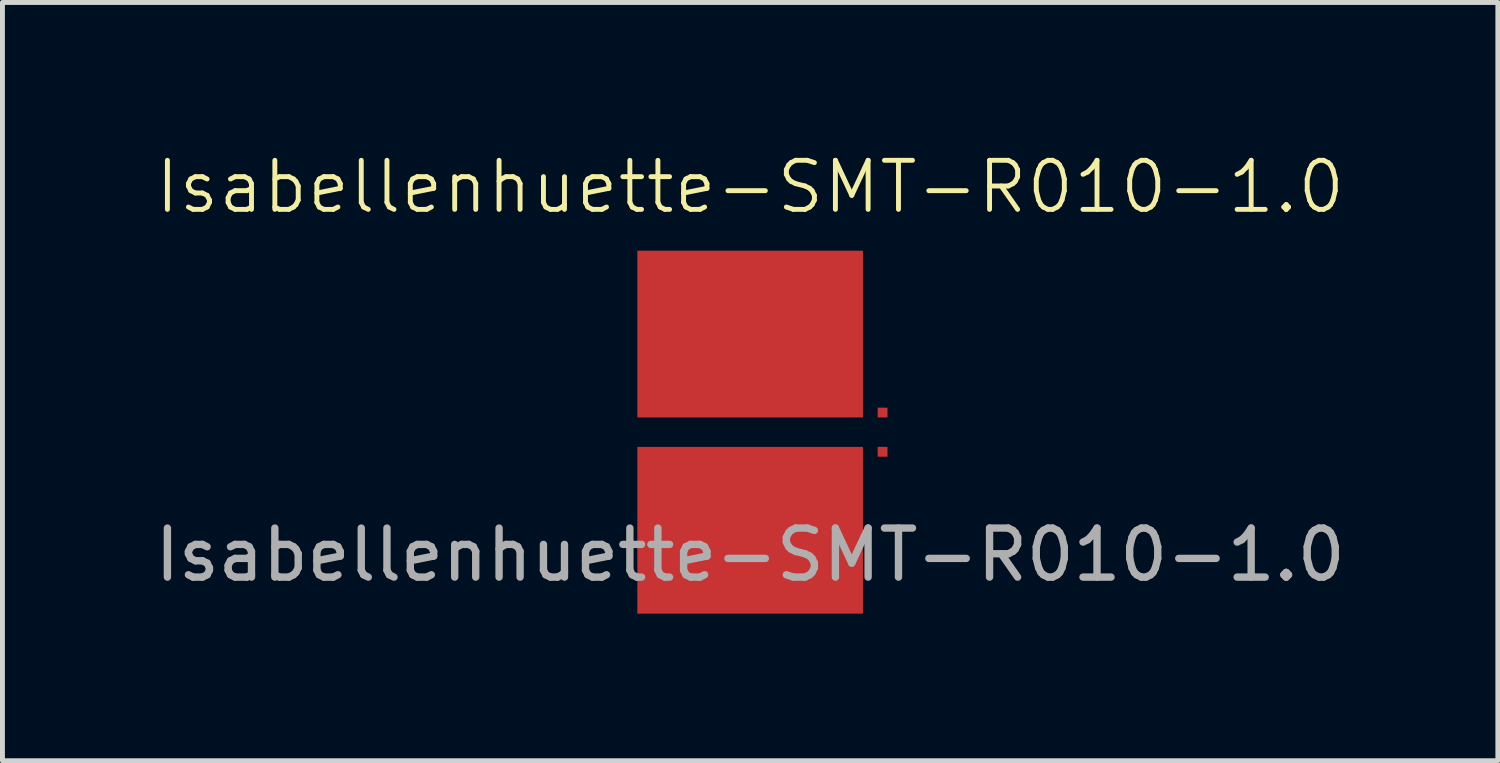
<source format=kicad_pcb>
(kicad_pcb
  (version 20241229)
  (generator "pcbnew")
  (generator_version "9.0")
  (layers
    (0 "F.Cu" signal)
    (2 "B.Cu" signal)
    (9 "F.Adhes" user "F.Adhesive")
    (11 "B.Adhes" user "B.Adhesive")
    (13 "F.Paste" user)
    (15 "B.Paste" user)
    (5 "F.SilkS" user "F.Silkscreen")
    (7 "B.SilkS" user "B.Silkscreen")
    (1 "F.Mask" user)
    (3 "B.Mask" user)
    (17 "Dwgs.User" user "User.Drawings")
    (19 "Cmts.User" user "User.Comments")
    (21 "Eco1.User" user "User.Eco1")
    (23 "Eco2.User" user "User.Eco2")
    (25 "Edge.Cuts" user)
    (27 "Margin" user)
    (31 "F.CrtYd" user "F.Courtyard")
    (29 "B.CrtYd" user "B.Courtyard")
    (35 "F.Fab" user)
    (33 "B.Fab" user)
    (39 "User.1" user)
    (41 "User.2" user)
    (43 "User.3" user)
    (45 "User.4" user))
  (footprint "Isabellenhuette-SMT-R010-1.0"
    (layer "F.Cu")
    (at 12.244 5.761)
    (property "Reference" "Isabellenhuette-SMT-R010-1.0" (at 0 -5 0) (unlocked yes) (layer "F.SilkS") (effects (font (size 1 1) (thickness 0.1))))
    (attr smd)
    (fp_poly (pts (xy -0.125 -2.125) (xy -2.05 -2.125) (xy -2.05 -3.45) (xy -0.125 -3.45)) (stroke (width 0) (type solid)) (fill yes) (layer "F.Paste"))
    (fp_poly (pts (xy -0.125 -0.55) (xy -0.125 -1.875) (xy -2.05 -1.875) (xy -2.05 -0.55)) (stroke (width 0) (type solid)) (fill yes) (layer "F.Paste"))
    (fp_poly (pts (xy -0.125 1.875) (xy -2.05 1.875) (xy -2.05 0.55) (xy -0.125 0.55)) (stroke (width 0) (type solid)) (fill yes) (layer "F.Paste"))
    (fp_poly (pts (xy -0.125 3.45) (xy -0.125 2.125) (xy -2.05 2.125) (xy -2.05 3.45)) (stroke (width 0) (type solid)) (fill yes) (layer "F.Paste"))
    (fp_poly (pts (xy 2.05 -2.125) (xy 0.125 -2.125) (xy 0.125 -3.45) (xy 2.05 -3.45)) (stroke (width 0) (type solid)) (fill yes) (layer "F.Paste"))
    (fp_poly (pts (xy 2.05 -0.55) (xy 0.125 -0.55) (xy 0.125 -1.875) (xy 2.05 -1.875)) (stroke (width 0) (type solid)) (fill yes) (layer "F.Paste"))
    (fp_poly (pts (xy 2.05 1.875) (xy 0.125 1.875) (xy 0.125 0.55) (xy 2.05 0.55)) (stroke (width 0) (type solid)) (fill yes) (layer "F.Paste"))
    (fp_poly (pts (xy 2.05 3.45) (xy 0.125 3.45) (xy 0.125 2.125) (xy 2.05 2.125)) (stroke (width 0) (type solid)) (fill yes) (layer "F.Paste"))
    (fp_text user "${REFERENCE}" (at 0 2.5 0) (unlocked yes) (layer "F.Fab") (effects (font (size 1 1) (thickness 0.15))))
    (pad "1" smd rect (at 0 -2) (size 4.6 3.4) (layers "F.Cu" "F.Mask"))
    (pad "2" smd rect (at 2.7 -0.4 90) (size 0.2 0.2) (layers "F.Cu"))
    (pad "3" smd rect (at 2.7 0.4 90) (size 0.2 0.2) (layers "F.Cu"))
    (pad "4" smd rect (at 0 2) (size 4.6 3.4) (layers "F.Cu" "F.Mask")))
  (gr_rect
    (start -3 -3)
    (end 27.488 12.46)
    (stroke (width 0.1) (type default))
    (fill no)
    (layer "Edge.Cuts")))
</source>
